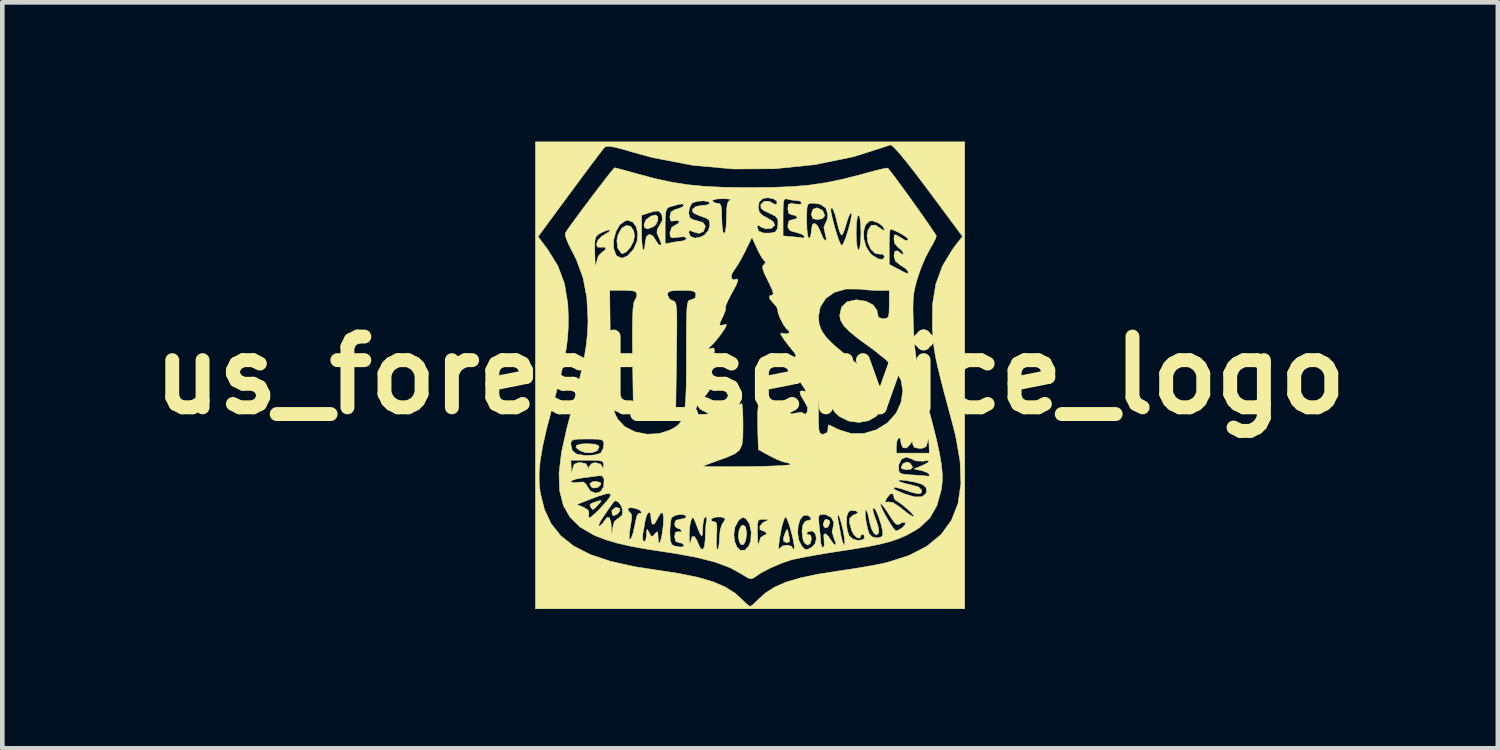
<source format=kicad_pcb>
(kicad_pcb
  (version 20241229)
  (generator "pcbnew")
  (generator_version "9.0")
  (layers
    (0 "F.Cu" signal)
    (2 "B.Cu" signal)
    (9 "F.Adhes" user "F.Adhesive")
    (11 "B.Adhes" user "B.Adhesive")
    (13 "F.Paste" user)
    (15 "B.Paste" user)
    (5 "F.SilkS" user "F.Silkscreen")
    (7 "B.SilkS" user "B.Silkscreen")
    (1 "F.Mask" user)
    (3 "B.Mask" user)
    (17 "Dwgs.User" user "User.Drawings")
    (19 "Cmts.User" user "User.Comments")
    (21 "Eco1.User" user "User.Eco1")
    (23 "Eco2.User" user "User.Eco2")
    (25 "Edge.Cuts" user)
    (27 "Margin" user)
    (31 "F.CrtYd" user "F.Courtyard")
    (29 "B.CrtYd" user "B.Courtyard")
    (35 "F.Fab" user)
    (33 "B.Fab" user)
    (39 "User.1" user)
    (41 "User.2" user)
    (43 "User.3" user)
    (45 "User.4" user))
  (footprint "us_forest_service_logo"
    (layer "F.Cu")
    (at 13.106 5.034)
    (property "Reference" "us_forest_service_logo" (at 0 0 0) (layer "F.SilkS") (effects (font (size 1.524 1.524) (thickness 0.3))))
    (attr through_hole)
    (fp_poly (pts (xy -3.227 2.306) (xy -3.213 2.349) (xy -3.277 2.414) (xy -3.371 2.429) (xy -3.419 2.406) (xy -3.453 2.335) (xy -3.396 2.293) (xy -3.323 2.286) (xy -3.227 2.306)) (stroke (width 0.01) (type solid)) (fill yes) (layer "F.SilkS"))
    (fp_poly (pts (xy -2.801 2.872) (xy -2.815 2.94) (xy -2.866 2.993) (xy -2.941 3.024) (xy -2.97 3) (xy -2.978 2.912) (xy -2.912 2.852) (xy -2.867 2.845) (xy -2.801 2.872)) (stroke (width 0.01) (type solid)) (fill yes) (layer "F.SilkS"))
    (fp_poly (pts (xy 1.716 3.137) (xy 1.718 3.183) (xy 1.676 3.268) (xy 1.617 3.287) (xy 1.578 3.235) (xy 1.575 3.205) (xy 1.607 3.117) (xy 1.655 3.099) (xy 1.716 3.137)) (stroke (width 0.01) (type solid)) (fill yes) (layer "F.SilkS"))
    (fp_poly (pts (xy 3.445 1.891) (xy 3.502 1.975) (xy 3.463 2.022) (xy 3.378 2.032) (xy 3.283 2.017) (xy 3.251 1.987) (xy 3.289 1.906) (xy 3.371 1.867) (xy 3.445 1.891)) (stroke (width 0.01) (type solid)) (fill yes) (layer "F.SilkS"))
    (fp_poly (pts (xy -1.987 -3.418) (xy -1.986 -3.336) (xy -2.028 -3.248) (xy -2.079 -3.202) (xy -2.207 -3.154) (xy -2.273 -3.181) (xy -2.286 -3.249) (xy -2.242 -3.35) (xy -2.138 -3.429) (xy -2.035 -3.454) (xy -1.987 -3.418)) (stroke (width 0.01) (type solid)) (fill yes) (layer "F.SilkS"))
    (fp_poly (pts (xy 0.81 3.327) (xy 0.826 3.414) (xy 0.845 3.493) (xy 0.85 3.582) (xy 0.793 3.607) (xy 0.724 3.575) (xy 0.715 3.543) (xy 0.731 3.464) (xy 0.763 3.378) (xy 0.794 3.322) (xy 0.81 3.327)) (stroke (width 0.01) (type solid)) (fill yes) (layer "F.SilkS"))
    (fp_poly (pts (xy 1.541 -3.565) (xy 1.573 -3.533) (xy 1.61 -3.439) (xy 1.557 -3.374) (xy 1.445 -3.353) (xy 1.35 -3.375) (xy 1.321 -3.459) (xy 1.321 -3.48) (xy 1.356 -3.579) (xy 1.44 -3.609) (xy 1.541 -3.565)) (stroke (width 0.01) (type solid)) (fill yes) (layer "F.SilkS"))
    (fp_poly (pts (xy -3.341 1.483) (xy -3.263 1.514) (xy -3.251 1.544) (xy -3.294 1.624) (xy -3.401 1.667) (xy -3.539 1.667) (xy -3.67 1.622) (xy -3.751 1.554) (xy -3.734 1.505) (xy -3.623 1.478) (xy -3.505 1.473) (xy -3.341 1.483)) (stroke (width 0.01) (type solid)) (fill yes) (layer "F.SilkS"))
    (fp_poly (pts (xy -3.21 2.715) (xy -3.272 2.787) (xy -3.351 2.871) (xy -3.392 2.888) (xy -3.426 2.85) (xy -3.431 2.841) (xy -3.451 2.791) (xy -3.417 2.757) (xy -3.307 2.719) (xy -3.302 2.717) (xy -3.215 2.694) (xy -3.21 2.715)) (stroke (width 0.01) (type solid)) (fill yes) (layer "F.SilkS"))
    (fp_poly (pts (xy -0.099 3.26) (xy -0.077 3.373) (xy -0.076 3.425) (xy -0.094 3.559) (xy -0.137 3.64) (xy -0.19 3.651) (xy -0.232 3.59) (xy -0.253 3.467) (xy -0.238 3.34) (xy -0.195 3.248) (xy -0.152 3.226) (xy -0.099 3.26)) (stroke (width 0.01) (type solid)) (fill yes) (layer "F.SilkS"))
    (fp_poly (pts (xy -2.572 -3.209) (xy -2.506 -3.111) (xy -2.489 -2.994) (xy -2.516 -2.874) (xy -2.581 -2.754) (xy -2.664 -2.66) (xy -2.743 -2.621) (xy -2.772 -2.629) (xy -2.854 -2.744) (xy -2.869 -2.911) (xy -2.844 -3.026) (xy -2.765 -3.168) (xy -2.666 -3.228) (xy -2.572 -3.209)) (stroke (width 0.01) (type solid)) (fill yes) (layer "F.SilkS"))
    (fp_poly (pts (xy 4.623 5.029) (xy -4.623 5.029) (xy -4.623 -2.986) (xy -4.567 -2.986) (xy -4.362 -2.715) (xy -4.141 -2.359) (xy -3.997 -1.973) (xy -3.925 -1.537) (xy -3.914 -1.245) (xy -3.917 -1.015) (xy -3.931 -0.799) (xy -3.959 -0.579) (xy -4.003 -0.335) (xy -4.067 -0.05) (xy -4.155 0.296) (xy -4.265 0.706) (xy -4.384 1.158) (xy -4.468 1.531) (xy -4.521 1.843) (xy -4.544 2.108) (xy -4.541 2.344) (xy -4.52 2.524) (xy -4.431 2.884) (xy -4.286 3.194) (xy -4.078 3.456) (xy -3.801 3.676) (xy -3.448 3.857) (xy -3.013 4.004) (xy -2.49 4.121) (xy -2.036 4.191) (xy -1.54 4.266) (xy -1.132 4.349) (xy -0.802 4.445) (xy -0.537 4.558) (xy -0.326 4.691) (xy -0.181 4.821) (xy -0.082 4.918) (xy -0.012 4.973) (xy 0.001 4.978) (xy 0.054 4.945) (xy 0.141 4.862) (xy 0.156 4.847) (xy 0.328 4.69) (xy 0.531 4.56) (xy 0.781 4.452) (xy 1.09 4.361) (xy 1.474 4.281) (xy 1.902 4.214) (xy 2.194 4.171) (xy 2.483 4.123) (xy 2.737 4.077) (xy 2.926 4.037) (xy 2.943 4.033) (xy 3.418 3.882) (xy 3.808 3.681) (xy 4.115 3.428) (xy 4.338 3.12) (xy 4.48 2.756) (xy 4.541 2.334) (xy 4.523 1.85) (xy 4.427 1.303) (xy 4.373 1.092) (xy 4.256 0.655) (xy 4.162 0.302) (xy 4.09 0.019) (xy 4.035 -0.209) (xy 3.995 -0.397) (xy 3.968 -0.557) (xy 3.949 -0.705) (xy 3.937 -0.854) (xy 3.927 -1.019) (xy 3.926 -1.044) (xy 3.931 -1.537) (xy 4.001 -1.966) (xy 4.142 -2.352) (xy 4.36 -2.713) (xy 4.428 -2.804) (xy 4.576 -2.991) (xy 3.835 -3.989) (xy 3.598 -4.304) (xy 3.394 -4.565) (xy 3.23 -4.766) (xy 3.11 -4.9) (xy 3.041 -4.96) (xy 3.029 -4.963) (xy 2.233 -4.709) (xy 1.393 -4.537) (xy 0.525 -4.449) (xy -0.356 -4.444) (xy -1.232 -4.523) (xy -2.089 -4.687) (xy -2.515 -4.803) (xy -2.772 -4.878) (xy -2.949 -4.92) (xy -3.061 -4.934) (xy -3.123 -4.92) (xy -3.133 -4.912) (xy -3.179 -4.855) (xy -3.276 -4.728) (xy -3.415 -4.545) (xy -3.585 -4.317) (xy -3.777 -4.058) (xy -3.88 -3.919) (xy -4.567 -2.986) (xy -4.623 -2.986) (xy -4.623 -5.029) (xy 4.623 -5.029) (xy 4.623 5.029)) (stroke (width 0.01) (type solid)) (fill yes) (layer "F.SilkS"))
    (fp_poly (pts (xy -2.86 -4.457) (xy -2.727 -4.422) (xy -2.544 -4.372) (xy -2.448 -4.345) (xy -2.058 -4.24) (xy -1.7 -4.162) (xy -1.348 -4.106) (xy -0.976 -4.07) (xy -0.558 -4.05) (xy -0.068 -4.044) (xy 0 -4.044) (xy 0.495 -4.049) (xy 0.916 -4.066) (xy 1.289 -4.099) (xy 1.64 -4.151) (xy 1.997 -4.225) (xy 2.385 -4.324) (xy 2.479 -4.35) (xy 2.682 -4.405) (xy 2.845 -4.445) (xy 2.946 -4.464) (xy 2.967 -4.464) (xy 3.039 -4.374) (xy 3.149 -4.228) (xy 3.285 -4.043) (xy 3.437 -3.834) (xy 3.591 -3.618) (xy 3.737 -3.412) (xy 3.863 -3.231) (xy 3.957 -3.092) (xy 4.008 -3.012) (xy 4.013 -3) (xy 3.988 -2.93) (xy 3.925 -2.807) (xy 3.865 -2.706) (xy 3.774 -2.53) (xy 3.679 -2.305) (xy 3.605 -2.091) (xy 3.558 -1.921) (xy 3.527 -1.769) (xy 3.512 -1.607) (xy 3.509 -1.407) (xy 3.515 -1.141) (xy 3.519 -1.049) (xy 3.531 -0.798) (xy 3.549 -0.583) (xy 3.576 -0.381) (xy 3.617 -0.167) (xy 3.676 0.084) (xy 3.758 0.397) (xy 3.802 0.562) (xy 3.922 1.012) (xy 4.014 1.378) (xy 4.079 1.675) (xy 4.12 1.916) (xy 4.14 2.115) (xy 4.14 2.285) (xy 4.123 2.441) (xy 4.117 2.474) (xy 4.024 2.807) (xy 3.876 3.067) (xy 3.662 3.272) (xy 3.555 3.342) (xy 3.384 3.437) (xy 3.211 3.515) (xy 3.018 3.581) (xy 2.786 3.64) (xy 2.498 3.697) (xy 2.135 3.757) (xy 1.939 3.786) (xy 1.639 3.833) (xy 1.355 3.882) (xy 1.112 3.927) (xy 0.932 3.965) (xy 0.867 3.982) (xy 0.65 4.058) (xy 0.425 4.156) (xy 0.23 4.259) (xy 0.099 4.348) (xy 0.038 4.383) (xy -0.037 4.368) (xy -0.156 4.298) (xy -0.178 4.283) (xy -0.43 4.144) (xy -0.752 4.024) (xy -1.154 3.921) (xy -1.645 3.832) (xy -1.778 3.812) (xy -2.22 3.745) (xy -2.578 3.68) (xy -2.869 3.613) (xy -3.113 3.54) (xy -3.326 3.458) (xy -3.378 3.434) (xy -3.663 3.267) (xy -3.705 3.226) (xy -3.261 3.226) (xy -3.255 3.251) (xy -3.193 3.211) (xy -3.15 3.15) (xy -3.081 3.06) (xy -3.029 3.069) (xy -2.996 3.173) (xy -2.989 3.264) (xy -2.983 3.394) (xy -2.977 3.427) (xy -2.968 3.367) (xy -2.961 3.295) (xy -2.924 3.15) (xy -2.848 3.085) (xy -2.842 3.083) (xy -2.759 3.015) (xy -2.743 2.932) (xy -2.758 2.867) (xy -2.63 2.867) (xy -2.625 2.918) (xy -2.594 2.944) (xy -2.556 2.992) (xy -2.55 3.085) (xy -2.576 3.245) (xy -2.599 3.397) (xy -2.604 3.504) (xy -2.597 3.533) (xy -2.563 3.515) (xy -2.534 3.439) (xy -2.315 3.439) (xy -2.312 3.539) (xy -2.286 3.581) (xy -2.25 3.561) (xy -2.232 3.459) (xy -2.232 3.445) (xy -2.227 3.337) (xy -2.211 3.322) (xy -2.174 3.389) (xy -2.173 3.39) (xy -2.128 3.468) (xy -2.087 3.458) (xy -2.052 3.416) (xy -2.007 3.369) (xy -1.987 3.396) (xy -1.98 3.505) (xy -1.969 3.603) (xy -1.948 3.613) (xy -1.922 3.547) (xy -1.894 3.416) (xy -1.893 3.404) (xy -1.727 3.404) (xy -1.718 3.563) (xy -1.686 3.645) (xy -1.638 3.673) (xy -1.495 3.7) (xy -1.43 3.683) (xy -1.422 3.658) (xy -1.465 3.616) (xy -1.524 3.607) (xy -1.602 3.578) (xy -1.625 3.48) (xy -1.31 3.48) (xy -1.304 3.595) (xy -1.294 3.629) (xy -1.284 3.594) (xy -1.251 3.481) (xy -1.203 3.467) (xy -1.147 3.552) (xy -1.125 3.607) (xy -1.068 3.728) (xy -1.018 3.752) (xy -0.982 3.684) (xy -0.966 3.526) (xy -0.965 3.484) (xy -0.96 3.314) (xy -0.946 3.177) (xy -0.934 3.128) (xy -0.934 3.099) (xy -0.838 3.099) (xy -0.826 3.141) (xy -0.784 3.15) (xy -0.737 3.164) (xy -0.716 3.221) (xy -0.714 3.344) (xy -0.721 3.454) (xy -0.726 3.615) (xy -0.718 3.725) (xy -0.702 3.759) (xy -0.678 3.714) (xy -0.663 3.597) (xy -0.66 3.509) (xy -0.653 3.427) (xy -0.349 3.427) (xy -0.333 3.576) (xy -0.284 3.698) (xy -0.209 3.769) (xy -0.112 3.765) (xy -0.105 3.761) (xy -0.087 3.741) (xy 0.615 3.741) (xy 0.631 3.747) (xy 0.643 3.721) (xy 0.708 3.672) (xy 0.792 3.658) (xy 0.885 3.678) (xy 0.914 3.717) (xy 0.935 3.751) (xy 0.948 3.743) (xy 0.952 3.682) (xy 0.932 3.557) (xy 0.896 3.401) (xy 0.893 3.392) (xy 1.025 3.392) (xy 1.049 3.548) (xy 1.113 3.677) (xy 1.118 3.683) (xy 1.179 3.746) (xy 1.238 3.749) (xy 1.324 3.707) (xy 1.399 3.627) (xy 1.427 3.518) (xy 1.41 3.415) (xy 1.347 3.356) (xy 1.321 3.353) (xy 1.238 3.375) (xy 1.219 3.407) (xy 1.25 3.437) (xy 1.27 3.429) (xy 1.308 3.447) (xy 1.321 3.528) (xy 1.293 3.631) (xy 1.23 3.655) (xy 1.165 3.6) (xy 1.14 3.537) (xy 1.118 3.367) (xy 1.136 3.227) (xy 1.188 3.143) (xy 1.232 3.131) (xy 1.28 3.12) (xy 1.476 3.12) (xy 1.491 3.264) (xy 1.51 3.434) (xy 1.521 3.572) (xy 1.524 3.619) (xy 1.547 3.695) (xy 1.574 3.708) (xy 1.6 3.665) (xy 1.593 3.559) (xy 1.593 3.556) (xy 1.587 3.439) (xy 1.624 3.409) (xy 1.689 3.469) (xy 1.727 3.531) (xy 1.79 3.623) (xy 1.839 3.658) (xy 1.849 3.619) (xy 1.814 3.526) (xy 1.809 3.516) (xy 1.765 3.369) (xy 1.785 3.288) (xy 1.805 3.166) (xy 1.746 3.059) (xy 1.677 3.024) (xy 1.888 3.024) (xy 1.895 3.113) (xy 1.897 3.124) (xy 1.927 3.283) (xy 1.958 3.459) (xy 1.96 3.467) (xy 1.99 3.589) (xy 2.024 3.654) (xy 2.031 3.658) (xy 2.042 3.613) (xy 2.032 3.495) (xy 2.006 3.35) (xy 1.967 3.182) (xy 1.966 3.181) (xy 2.075 3.181) (xy 2.094 3.34) (xy 2.134 3.455) (xy 2.214 3.526) (xy 2.329 3.557) (xy 2.431 3.538) (xy 2.462 3.509) (xy 2.455 3.443) (xy 2.439 3.43) (xy 2.392 3.433) (xy 2.388 3.451) (xy 2.362 3.508) (xy 2.302 3.496) (xy 2.234 3.43) (xy 2.189 3.345) (xy 2.142 3.179) (xy 2.148 3.078) (xy 2.211 3.017) (xy 2.248 3.001) (xy 2.325 2.965) (xy 2.312 2.939) (xy 2.478 2.939) (xy 2.484 3.049) (xy 2.507 3.193) (xy 2.541 3.338) (xy 2.567 3.416) (xy 2.634 3.481) (xy 2.737 3.504) (xy 2.828 3.48) (xy 2.858 3.442) (xy 2.855 3.357) (xy 2.824 3.218) (xy 2.775 3.063) (xy 2.722 2.932) (xy 2.686 2.873) (xy 2.648 2.854) (xy 2.646 2.913) (xy 2.68 3.033) (xy 2.719 3.136) (xy 2.763 3.273) (xy 2.773 3.378) (xy 2.77 3.394) (xy 2.724 3.44) (xy 2.668 3.404) (xy 2.613 3.301) (xy 2.572 3.149) (xy 2.568 3.123) (xy 2.539 2.987) (xy 2.506 2.906) (xy 2.493 2.896) (xy 2.478 2.939) (xy 2.312 2.939) (xy 2.311 2.938) (xy 2.27 2.919) (xy 2.167 2.913) (xy 2.122 2.938) (xy 2.084 3.032) (xy 2.075 3.181) (xy 1.966 3.181) (xy 1.929 3.057) (xy 1.905 3.007) (xy 1.888 3.024) (xy 1.677 3.024) (xy 1.631 3.001) (xy 1.591 2.997) (xy 1.515 3.002) (xy 1.48 3.035) (xy 1.476 3.12) (xy 1.28 3.12) (xy 1.309 3.113) (xy 1.308 3.061) (xy 1.237 3.013) (xy 1.147 3.02) (xy 1.079 3.103) (xy 1.037 3.235) (xy 1.025 3.392) (xy 0.893 3.392) (xy 0.852 3.245) (xy 0.807 3.118) (xy 0.771 3.051) (xy 0.763 3.048) (xy 0.734 3.093) (xy 0.696 3.211) (xy 0.667 3.336) (xy 0.635 3.519) (xy 0.617 3.659) (xy 0.615 3.741) (xy -0.087 3.741) (xy -0.028 3.677) (xy 0.014 3.571) (xy 0.025 3.374) (xy 0.017 3.34) (xy 0.158 3.34) (xy 0.161 3.442) (xy 0.167 3.586) (xy 0.176 3.653) (xy 0.187 3.633) (xy 0.189 3.619) (xy 0.225 3.498) (xy 0.283 3.454) (xy 0.348 3.426) (xy 0.356 3.404) (xy 0.314 3.359) (xy 0.279 3.353) (xy 0.213 3.322) (xy 0.211 3.253) (xy 0.267 3.18) (xy 0.318 3.151) (xy 0.392 3.118) (xy 0.375 3.105) (xy 0.292 3.102) (xy 0.218 3.104) (xy 0.177 3.129) (xy 0.16 3.2) (xy 0.158 3.34) (xy 0.017 3.34) (xy -0.014 3.199) (xy -0.088 3.089) (xy -0.154 3.058) (xy -0.222 3.1) (xy -0.26 3.144) (xy -0.327 3.275) (xy -0.349 3.427) (xy -0.653 3.427) (xy -0.644 3.326) (xy -0.601 3.202) (xy -0.587 3.185) (xy -0.54 3.112) (xy -0.544 3.079) (xy -0.626 3.051) (xy -0.739 3.054) (xy -0.827 3.086) (xy -0.838 3.099) (xy -0.934 3.099) (xy -0.934 3.061) (xy -0.96 3.048) (xy -0.995 3.094) (xy -1.016 3.217) (xy -1.019 3.289) (xy -1.025 3.415) (xy -1.04 3.462) (xy -1.072 3.424) (xy -1.126 3.298) (xy -1.173 3.175) (xy -1.215 3.077) (xy -1.243 3.067) (xy -1.272 3.124) (xy -1.296 3.234) (xy -1.309 3.397) (xy -1.31 3.48) (xy -1.625 3.48) (xy -1.626 3.479) (xy -1.626 3.474) (xy -1.609 3.38) (xy -1.554 3.369) (xy -1.549 3.371) (xy -1.484 3.372) (xy -1.473 3.351) (xy -1.514 3.308) (xy -1.549 3.302) (xy -1.611 3.26) (xy -1.626 3.2) (xy -1.596 3.121) (xy -1.499 3.099) (xy -1.403 3.081) (xy -1.372 3.048) (xy -1.412 3.006) (xy -1.506 2.997) (xy -1.611 3.016) (xy -1.686 3.061) (xy -1.696 3.078) (xy -1.715 3.175) (xy -1.726 3.327) (xy -1.727 3.404) (xy -1.893 3.404) (xy -1.871 3.234) (xy -1.869 3.213) (xy -1.863 3.042) (xy -1.885 2.959) (xy -1.928 2.97) (xy -1.99 3.078) (xy -2 3.1) (xy -2.06 3.202) (xy -2.108 3.205) (xy -2.132 3.111) (xy -2.134 3.065) (xy -2.149 2.966) (xy -2.187 2.953) (xy -2.23 3.017) (xy -2.261 3.137) (xy -2.288 3.295) (xy -2.312 3.428) (xy -2.315 3.439) (xy -2.534 3.439) (xy -2.522 3.406) (xy -2.48 3.218) (xy -2.465 3.135) (xy -2.434 3.021) (xy -2.396 2.971) (xy -2.385 2.973) (xy -2.34 2.967) (xy -2.337 2.95) (xy -2.38 2.901) (xy -2.476 2.864) (xy -2.577 2.85) (xy -2.63 2.867) (xy -2.758 2.867) (xy -2.768 2.824) (xy -2.809 2.763) (xy 2.808 2.763) (xy 2.818 2.816) (xy 2.867 2.926) (xy 2.941 3.062) (xy 3.022 3.198) (xy 3.094 3.304) (xy 3.141 3.352) (xy 3.144 3.353) (xy 3.21 3.326) (xy 3.28 3.281) (xy 3.341 3.213) (xy 3.341 3.172) (xy 3.278 3.169) (xy 3.229 3.198) (xy 3.179 3.219) (xy 3.124 3.186) (xy 3.047 3.084) (xy 2.994 2.999) (xy 2.905 2.866) (xy 2.838 2.781) (xy 2.808 2.763) (xy -2.809 2.763) (xy -2.826 2.738) (xy -2.848 2.726) (xy 2.909 2.726) (xy 2.937 2.737) (xy 2.97 2.725) (xy 3.075 2.739) (xy 3.23 2.841) (xy 3.265 2.87) (xy 3.391 2.97) (xy 3.49 3.034) (xy 3.527 3.047) (xy 3.523 3.018) (xy 3.456 2.943) (xy 3.378 2.871) (xy 3.257 2.772) (xy 3.166 2.708) (xy 3.137 2.694) (xy 3.103 2.651) (xy 3.099 2.616) (xy 3.074 2.548) (xy 3.015 2.558) (xy 2.946 2.643) (xy 2.942 2.649) (xy 2.909 2.726) (xy -2.848 2.726) (xy -2.894 2.701) (xy -2.938 2.724) (xy -2.984 2.79) (xy -3.068 2.91) (xy -3.139 3.012) (xy -3.221 3.14) (xy -3.261 3.226) (xy -3.705 3.226) (xy -3.878 3.057) (xy -4.024 2.799) (xy -4.027 2.783) (xy -3.734 2.783) (xy -3.589 2.84) (xy -3.487 2.904) (xy -3.471 2.968) (xy -3.478 3.049) (xy -3.467 3.069) (xy -3.423 3.049) (xy -3.336 2.974) (xy -3.228 2.867) (xy -3.122 2.75) (xy -3.038 2.648) (xy -3 2.582) (xy -2.999 2.578) (xy -3.023 2.547) (xy -3.106 2.554) (xy -3.261 2.601) (xy -3.429 2.664) (xy -3.734 2.783) (xy -4.027 2.783) (xy -4.102 2.485) (xy -4.109 2.288) (xy -3.861 2.288) (xy -3.818 2.312) (xy -3.714 2.305) (xy -3.709 2.304) (xy -3.592 2.297) (xy -3.533 2.345) (xy -3.522 2.369) (xy -3.44 2.493) (xy -3.327 2.538) (xy -3.24 2.513) (xy -3.218 2.501) (xy -3.178 2.438) (xy 3.094 2.438) (xy 3.124 2.465) (xy 3.215 2.507) (xy 3.327 2.553) (xy 3.545 2.618) (xy 3.7 2.616) (xy 3.787 2.549) (xy 3.801 2.502) (xy 3.79 2.417) (xy 3.719 2.354) (xy 3.575 2.305) (xy 3.353 2.265) (xy 3.229 2.254) (xy 3.192 2.267) (xy 3.231 2.295) (xy 3.337 2.33) (xy 3.465 2.358) (xy 3.631 2.406) (xy 3.698 2.475) (xy 3.684 2.539) (xy 3.619 2.552) (xy 3.483 2.521) (xy 3.392 2.489) (xy 3.244 2.439) (xy 3.138 2.413) (xy 3.106 2.414) (xy 3.094 2.438) (xy -3.178 2.438) (xy -3.153 2.399) (xy -3.144 2.23) (xy -3.188 2.167) (xy -3.264 2.164) (xy -3.384 2.18) (xy -3.551 2.202) (xy -3.619 2.211) (xy -3.76 2.237) (xy -3.847 2.271) (xy -3.861 2.288) (xy -4.109 2.288) (xy -4.115 2.109) (xy -4.082 1.829) (xy -3.861 1.829) (xy -3.853 1.994) (xy -3.847 2.098) (xy -3.839 2.105) (xy -3.824 2.019) (xy -3.79 1.917) (xy -3.708 1.882) (xy -3.654 1.88) (xy -3.538 1.901) (xy -3.499 1.968) (xy -3.492 2.031) (xy -3.477 1.995) (xy -3.47 1.968) (xy -3.405 1.896) (xy -3.327 1.88) (xy -3.22 1.914) (xy -3.185 1.968) (xy -3.166 2.014) (xy -3.16 1.981) (xy 3.2 1.981) (xy 3.205 2.062) (xy 3.235 2.108) (xy 3.313 2.131) (xy 3.463 2.144) (xy 3.518 2.147) (xy 3.685 2.158) (xy 3.805 2.168) (xy 3.848 2.175) (xy 3.861 2.147) (xy 3.861 2.138) (xy 3.817 2.096) (xy 3.71 2.057) (xy 3.696 2.054) (xy 3.531 2.016) (xy 3.696 1.948) (xy 3.816 1.888) (xy 3.857 1.847) (xy 3.814 1.835) (xy 3.732 1.85) (xy 3.57 1.844) (xy 3.495 1.807) (xy 3.366 1.762) (xy 3.262 1.805) (xy 3.205 1.923) (xy 3.2 1.981) (xy -3.16 1.981) (xy -3.157 1.962) (xy -3.155 1.943) (xy -3.159 1.883) (xy -3.192 1.849) (xy -3.276 1.833) (xy -3.433 1.829) (xy -3.505 1.829) (xy -3.861 1.829) (xy -4.082 1.829) (xy -4.063 1.666) (xy -4.024 1.488) (xy -3.861 1.488) (xy -3.831 1.62) (xy -3.734 1.697) (xy -3.557 1.726) (xy -3.505 1.727) (xy -3.351 1.715) (xy -3.236 1.683) (xy -3.211 1.666) (xy -3.161 1.569) (xy -3.15 1.488) (xy -3.156 1.427) (xy -3.191 1.392) (xy -3.275 1.376) (xy -3.432 1.372) (xy -3.505 1.372) (xy -3.691 1.374) (xy -3.798 1.385) (xy -3.847 1.413) (xy -3.86 1.464) (xy -3.861 1.488) (xy -4.024 1.488) (xy -3.949 1.148) (xy -3.934 1.092) (xy -3.805 0.607) (xy -3.704 0.205) (xy -3.625 -0.129) (xy -3.568 -0.409) (xy -3.529 -0.65) (xy -3.506 -0.867) (xy -3.494 -1.073) (xy -3.492 -1.194) (xy -3.517 -1.679) (xy -3.546 -1.829) (xy -3.023 -1.829) (xy -3.01 -0.724) (xy -3.004 -0.296) (xy -2.996 0.043) (xy -2.986 0.306) (xy -2.972 0.507) (xy -2.953 0.658) (xy -2.928 0.771) (xy -2.894 0.861) (xy -2.852 0.94) (xy -2.85 0.945) (xy -2.696 1.107) (xy -2.478 1.217) (xy -2.224 1.268) (xy -1.96 1.255) (xy -1.742 1.185) (xy -1.633 1.129) (xy -1.548 1.067) (xy -1.484 0.987) (xy -1.437 0.876) (xy -1.414 0.763) (xy -1.168 0.763) (xy -1.157 0.818) (xy -1.107 0.841) (xy -0.995 0.84) (xy -0.902 0.832) (xy -0.644 0.791) (xy -0.418 0.714) (xy -0.293 0.654) (xy -0.207 0.617) (xy -0.178 0.61) (xy -0.167 0.657) (xy -0.158 0.783) (xy -0.153 0.967) (xy -0.152 1.091) (xy -0.155 1.332) (xy -0.175 1.497) (xy -0.228 1.61) (xy -0.331 1.692) (xy -0.5 1.766) (xy -0.692 1.835) (xy -0.851 1.892) (xy -0.966 1.937) (xy -1.009 1.958) (xy -0.967 1.963) (xy -0.838 1.966) (xy -0.638 1.968) (xy -0.382 1.968) (xy -0.086 1.966) (xy -0.061 1.966) (xy 0.237 1.961) (xy 0.496 1.953) (xy 0.7 1.943) (xy 0.833 1.931) (xy 0.881 1.919) (xy 0.881 1.918) (xy 0.816 1.884) (xy 0.772 1.878) (xy 0.681 1.854) (xy 0.54 1.794) (xy 0.432 1.739) (xy 0.178 1.6) (xy 0.176 1.527) (xy 3.15 1.527) (xy 3.15 1.676) (xy 3.861 1.676) (xy 3.853 1.486) (xy 3.847 1.378) (xy 3.837 1.366) (xy 3.824 1.435) (xy 3.79 1.537) (xy 3.708 1.573) (xy 3.654 1.575) (xy 3.54 1.555) (xy 3.504 1.489) (xy 3.504 1.486) (xy 3.498 1.424) (xy 3.471 1.451) (xy 3.45 1.486) (xy 3.37 1.566) (xy 3.294 1.56) (xy 3.253 1.473) (xy 3.251 1.445) (xy 3.235 1.358) (xy 3.2 1.346) (xy 3.164 1.415) (xy 3.15 1.527) (xy 0.176 1.527) (xy 0.163 1.097) (xy 0.162 0.814) (xy 0.178 0.627) (xy 0.211 0.535) (xy 0.259 0.541) (xy 0.302 0.604) (xy 0.376 0.681) (xy 0.505 0.71) (xy 0.554 0.711) (xy 0.699 0.729) (xy 0.8 0.775) (xy 0.811 0.785) (xy 0.894 0.832) (xy 0.993 0.812) (xy 1.109 0.794) (xy 1.148 0.821) (xy 1.194 0.837) (xy 1.229 0.793) (xy 1.24 0.695) (xy 1.171 0.563) (xy 1.088 0.426) (xy 1.073 0.347) (xy 1.127 0.333) (xy 1.153 0.341) (xy 1.198 0.348) (xy 1.184 0.302) (xy 1.124 0.213) (xy 1.058 0.111) (xy 1.033 0.055) (xy 1.036 0.051) (xy 1.028 0.014) (xy 0.974 -0.08) (xy 0.938 -0.134) (xy 0.843 -0.292) (xy 0.817 -0.38) (xy 0.862 -0.397) (xy 0.884 -0.39) (xy 0.969 -0.383) (xy 0.987 -0.434) (xy 0.963 -0.475) (xy 0.803 -0.676) (xy 0.705 -0.809) (xy 0.661 -0.884) (xy 0.669 -0.912) (xy 0.721 -0.902) (xy 0.735 -0.897) (xy 0.817 -0.897) (xy 0.84 -0.917) (xy 0.84 -0.962) (xy 0.827 -0.965) (xy 0.777 -1.007) (xy 0.71 -1.108) (xy 0.646 -1.232) (xy 0.635 -1.261) (xy 1.473 -1.261) (xy 1.488 -1.105) (xy 1.54 -0.962) (xy 1.64 -0.818) (xy 1.8 -0.657) (xy 2.031 -0.464) (xy 2.143 -0.376) (xy 2.445 -0.134) (xy 2.663 0.072) (xy 2.804 0.252) (xy 2.875 0.415) (xy 2.883 0.573) (xy 2.843 0.715) (xy 2.726 0.877) (xy 2.552 0.978) (xy 2.344 1.015) (xy 2.127 0.986) (xy 1.926 0.888) (xy 1.834 0.806) (xy 1.756 0.686) (xy 1.727 0.575) (xy 1.704 0.485) (xy 1.615 0.457) (xy 1.6 0.457) (xy 1.537 0.462) (xy 1.499 0.488) (xy 1.481 0.558) (xy 1.474 0.692) (xy 1.473 0.864) (xy 1.475 1.066) (xy 1.485 1.187) (xy 1.508 1.248) (xy 1.548 1.269) (xy 1.575 1.27) (xy 1.66 1.234) (xy 1.676 1.168) (xy 1.683 1.086) (xy 1.691 1.067) (xy 1.741 1.088) (xy 1.849 1.14) (xy 1.905 1.168) (xy 2.175 1.253) (xy 2.455 1.251) (xy 2.725 1.171) (xy 2.963 1.021) (xy 3.148 0.812) (xy 3.252 0.581) (xy 3.29 0.336) (xy 3.253 0.11) (xy 3.138 -0.108) (xy 2.936 -0.329) (xy 2.643 -0.563) (xy 2.6 -0.593) (xy 2.33 -0.789) (xy 2.138 -0.946) (xy 2.014 -1.076) (xy 1.949 -1.188) (xy 1.93 -1.289) (xy 1.97 -1.468) (xy 2.086 -1.582) (xy 2.274 -1.625) (xy 2.296 -1.626) (xy 2.497 -1.596) (xy 2.65 -1.516) (xy 2.734 -1.399) (xy 2.743 -1.34) (xy 2.766 -1.248) (xy 2.852 -1.22) (xy 2.87 -1.219) (xy 2.94 -1.226) (xy 2.978 -1.261) (xy 2.994 -1.348) (xy 2.997 -1.512) (xy 2.997 -1.525) (xy 2.997 -1.831) (xy 2.807 -1.827) (xy 2.638 -1.831) (xy 2.436 -1.847) (xy 2.355 -1.857) (xy 2.066 -1.859) (xy 1.82 -1.789) (xy 1.631 -1.657) (xy 1.511 -1.47) (xy 1.473 -1.261) (xy 0.635 -1.261) (xy 0.604 -1.344) (xy 0.597 -1.398) (xy 0.573 -1.472) (xy 0.508 -1.549) (xy 0.422 -1.649) (xy 0.419 -1.711) (xy 0.476 -1.727) (xy 0.5 -1.758) (xy 0.471 -1.857) (xy 0.388 -2.032) (xy 0.387 -2.033) (xy 0.304 -2.203) (xy 0.27 -2.307) (xy 0.278 -2.365) (xy 0.298 -2.382) (xy 0.336 -2.433) (xy 0.312 -2.46) (xy 0.261 -2.523) (xy 0.191 -2.646) (xy 0.149 -2.733) (xy 0.041 -2.972) (xy -0.106 -2.671) (xy -0.194 -2.502) (xy -0.277 -2.36) (xy -0.33 -2.286) (xy -0.391 -2.188) (xy -0.405 -2.102) (xy -0.37 -2.059) (xy -0.33 -2.064) (xy -0.273 -2.075) (xy -0.262 -2.039) (xy -0.299 -1.944) (xy -0.388 -1.777) (xy -0.404 -1.75) (xy -0.479 -1.605) (xy -0.523 -1.499) (xy -0.527 -1.458) (xy -0.53 -1.4) (xy -0.572 -1.293) (xy -0.58 -1.277) (xy -0.644 -1.143) (xy -0.653 -1.081) (xy -0.608 -1.077) (xy -0.584 -1.085) (xy -0.518 -1.096) (xy -0.508 -1.086) (xy -0.538 -1.018) (xy -0.612 -0.905) (xy -0.708 -0.78) (xy -0.802 -0.673) (xy -0.834 -0.643) (xy -0.901 -0.579) (xy -0.892 -0.567) (xy -0.844 -0.58) (xy -0.781 -0.589) (xy -0.767 -0.54) (xy -0.78 -0.456) (xy -0.79 -0.351) (xy -0.763 -0.33) (xy -0.761 -0.331) (xy -0.713 -0.34) (xy -0.719 -0.285) (xy -0.77 -0.183) (xy -0.862 -0.052) (xy -0.864 -0.051) (xy -0.952 0.066) (xy -1.007 0.147) (xy -1.016 0.165) (xy -0.973 0.174) (xy -0.88 0.163) (xy -0.745 0.137) (xy -0.917 0.378) (xy -1.017 0.512) (xy -1.096 0.609) (xy -1.129 0.642) (xy -1.162 0.707) (xy -1.168 0.763) (xy -1.414 0.763) (xy -1.406 0.721) (xy -1.386 0.511) (xy -1.376 0.233) (xy -1.372 -0.126) (xy -1.372 -0.419) (xy -1.371 -0.799) (xy -1.37 -1.09) (xy -1.366 -1.303) (xy -1.359 -1.45) (xy -1.347 -1.544) (xy -1.331 -1.597) (xy -1.307 -1.62) (xy -1.277 -1.626) (xy -1.27 -1.626) (xy -1.185 -1.662) (xy -1.168 -1.727) (xy -1.18 -1.784) (xy -1.228 -1.815) (xy -1.338 -1.827) (xy -1.473 -1.829) (xy -1.644 -1.825) (xy -1.737 -1.808) (xy -1.773 -1.771) (xy -1.778 -1.733) (xy -1.734 -1.643) (xy -1.673 -1.61) (xy -1.639 -1.598) (xy -1.614 -1.574) (xy -1.596 -1.525) (xy -1.584 -1.438) (xy -1.578 -1.301) (xy -1.577 -1.101) (xy -1.579 -0.826) (xy -1.584 -0.463) (xy -1.584 -0.431) (xy -1.6 0.72) (xy -1.743 0.843) (xy -1.934 0.947) (xy -2.139 0.957) (xy -2.335 0.872) (xy -2.372 0.843) (xy -2.515 0.72) (xy -2.531 -0.408) (xy -2.535 -0.846) (xy -2.532 -1.182) (xy -2.523 -1.419) (xy -2.507 -1.556) (xy -2.493 -1.592) (xy -2.445 -1.687) (xy -2.438 -1.737) (xy -2.453 -1.79) (xy -2.514 -1.818) (xy -2.642 -1.828) (xy -2.731 -1.829) (xy -3.023 -1.829) (xy -3.546 -1.829) (xy -3.599 -2.104) (xy -3.744 -2.497) (xy -3.838 -2.683) (xy -3.88 -2.766) (xy -3.347 -2.766) (xy -3.344 -2.602) (xy -3.338 -2.446) (xy -3.33 -2.365) (xy -3.32 -2.371) (xy -3.316 -2.4) (xy -3.27 -2.566) (xy -3.197 -2.643) (xy -3.114 -2.708) (xy -3.111 -2.733) (xy -2.94 -2.733) (xy -2.886 -2.591) (xy -2.867 -2.569) (xy -2.761 -2.523) (xy -2.641 -2.571) (xy -2.515 -2.71) (xy -2.504 -2.726) (xy -2.434 -2.888) (xy -2.419 -3.054) (xy -2.452 -3.199) (xy -2.527 -3.302) (xy -2.635 -3.338) (xy -2.687 -3.329) (xy -2.805 -3.244) (xy -2.891 -3.094) (xy -2.939 -2.912) (xy -2.94 -2.733) (xy -3.111 -2.733) (xy -3.109 -2.755) (xy -3.18 -2.763) (xy -3.2 -2.758) (xy -3.285 -2.762) (xy -3.309 -2.819) (xy -3.28 -2.904) (xy -3.201 -2.99) (xy -3.145 -3.025) (xy -3.048 -3.085) (xy -3.011 -3.127) (xy -3.013 -3.132) (xy -3.07 -3.128) (xy -3.177 -3.085) (xy -3.196 -3.076) (xy -3.275 -3.031) (xy -3.321 -2.982) (xy -3.342 -2.902) (xy -3.347 -2.766) (xy -3.88 -2.766) (xy -3.921 -2.848) (xy -3.972 -2.983) (xy -3.982 -3.061) (xy -3.98 -3.064) (xy -3.927 -3.144) (xy -3.83 -3.28) (xy -3.708 -3.447) (xy -2.337 -3.447) (xy -2.337 -3.069) (xy -2.332 -2.888) (xy -2.319 -2.755) (xy -2.302 -2.694) (xy -2.298 -2.692) (xy -2.272 -2.737) (xy -2.26 -2.845) (xy -2.26 -2.856) (xy -2.234 -2.987) (xy -2.171 -3.038) (xy -2.093 -3.002) (xy -2.042 -2.923) (xy -1.982 -2.829) (xy -1.93 -2.794) (xy -1.913 -2.832) (xy -1.949 -2.933) (xy -1.956 -2.948) (xy -2.006 -3.062) (xy -2.001 -3.14) (xy -1.958 -3.213) (xy -1.956 -3.216) (xy -1.829 -3.216) (xy -1.829 -2.832) (xy -1.67 -2.864) (xy -1.536 -2.886) (xy -1.441 -2.896) (xy -1.378 -2.928) (xy -1.372 -2.952) (xy -1.417 -2.986) (xy -1.549 -2.975) (xy -1.549 -2.975) (xy -1.668 -2.96) (xy -1.717 -2.984) (xy -1.727 -3.064) (xy -1.727 -3.068) (xy -1.689 -3.186) (xy -1.626 -3.226) (xy -1.543 -3.273) (xy -1.524 -3.309) (xy -1.564 -3.336) (xy -1.626 -3.327) (xy -1.702 -3.321) (xy -1.726 -3.387) (xy -1.727 -3.422) (xy -1.708 -3.501) (xy -1.321 -3.501) (xy -1.305 -3.404) (xy -1.237 -3.354) (xy -1.143 -3.331) (xy -1.015 -3.29) (xy -0.967 -3.222) (xy -0.965 -3.197) (xy -1.005 -3.096) (xy -1.102 -3.056) (xy -1.223 -3.09) (xy -1.226 -3.091) (xy -1.299 -3.124) (xy -1.321 -3.087) (xy -1.321 -3.078) (xy -1.282 -2.989) (xy -1.183 -2.956) (xy -1.052 -2.983) (xy -0.977 -3.025) (xy -0.899 -3.119) (xy -0.865 -3.235) (xy -0.88 -3.336) (xy -0.927 -3.378) (xy -1.105 -3.443) (xy -1.204 -3.489) (xy -1.243 -3.528) (xy -1.241 -3.572) (xy -1.238 -3.58) (xy -1.164 -3.639) (xy -1.036 -3.658) (xy -0.921 -3.671) (xy -0.865 -3.703) (xy -0.864 -3.708) (xy -0.906 -3.745) (xy -1.008 -3.758) (xy -1.13 -3.749) (xy -1.232 -3.718) (xy -1.26 -3.698) (xy -1.306 -3.604) (xy -1.321 -3.501) (xy -1.708 -3.501) (xy -1.703 -3.52) (xy -1.614 -3.572) (xy -1.575 -3.581) (xy -1.468 -3.619) (xy -1.422 -3.664) (xy -1.422 -3.665) (xy -1.463 -3.692) (xy -1.537 -3.682) (xy -1.669 -3.645) (xy -1.74 -3.625) (xy -1.786 -3.596) (xy -1.813 -3.529) (xy -1.826 -3.4) (xy -1.829 -3.216) (xy -1.956 -3.216) (xy -1.89 -3.34) (xy -1.896 -3.443) (xy -1.925 -3.498) (xy -1.974 -3.539) (xy -2.061 -3.534) (xy -2.153 -3.507) (xy -2.337 -3.447) (xy -3.708 -3.447) (xy -3.701 -3.456) (xy -3.552 -3.656) (xy -3.474 -3.759) (xy -0.813 -3.759) (xy -0.77 -3.718) (xy -0.711 -3.708) (xy -0.656 -3.698) (xy -0.626 -3.652) (xy -0.612 -3.548) (xy -0.61 -3.378) (xy -0.602 -3.206) (xy -0.583 -3.088) (xy -0.559 -3.048) (xy -0.533 -3.095) (xy -0.519 -3.189) (xy 0.152 -3.189) (xy 0.187 -3.103) (xy 0.298 -3.064) (xy 0.432 -3.064) (xy 0.539 -3.085) (xy 0.586 -3.151) (xy 0.6 -3.24) (xy 0.599 -3.358) (xy 0.558 -3.412) (xy 0.711 -3.412) (xy 0.711 -3.003) (xy 0.927 -2.984) (xy 1.062 -2.97) (xy 1.145 -2.958) (xy 1.156 -2.955) (xy 1.168 -2.984) (xy 1.168 -2.995) (xy 1.124 -3.035) (xy 1.015 -3.072) (xy 0.991 -3.077) (xy 0.868 -3.113) (xy 0.818 -3.176) (xy 0.813 -3.231) (xy 0.839 -3.327) (xy 1.219 -3.327) (xy 1.226 -3.135) (xy 1.243 -3.002) (xy 1.268 -2.947) (xy 1.27 -2.946) (xy 1.304 -2.991) (xy 1.32 -3.101) (xy 1.321 -3.123) (xy 1.34 -3.243) (xy 1.389 -3.275) (xy 1.453 -3.222) (xy 1.519 -3.089) (xy 1.525 -3.069) (xy 1.574 -2.955) (xy 1.62 -2.897) (xy 1.627 -2.896) (xy 1.642 -2.937) (xy 1.621 -3.038) (xy 1.617 -3.052) (xy 1.588 -3.185) (xy 1.619 -3.265) (xy 1.619 -3.265) (xy 1.662 -3.356) (xy 1.676 -3.463) (xy 1.654 -3.534) (xy 1.74 -3.534) (xy 1.763 -3.421) (xy 1.811 -3.236) (xy 1.861 -3.061) (xy 1.91 -2.914) (xy 1.954 -2.817) (xy 1.977 -2.794) (xy 2.009 -2.839) (xy 2.058 -2.958) (xy 2.096 -3.073) (xy 2.286 -3.073) (xy 2.292 -2.881) (xy 2.309 -2.748) (xy 2.334 -2.693) (xy 2.337 -2.692) (xy 2.362 -2.74) (xy 2.38 -2.868) (xy 2.388 -3.056) (xy 2.388 -3.073) (xy 2.387 -3.1) (xy 2.446 -3.1) (xy 2.452 -2.93) (xy 2.502 -2.761) (xy 2.593 -2.622) (xy 2.625 -2.593) (xy 2.758 -2.51) (xy 2.854 -2.495) (xy 2.895 -2.549) (xy 2.896 -2.561) (xy 2.858 -2.611) (xy 2.805 -2.608) (xy 2.695 -2.625) (xy 2.602 -2.716) (xy 2.577 -2.77) (xy 2.997 -2.77) (xy 2.997 -2.39) (xy 3.188 -2.289) (xy 3.318 -2.221) (xy 3.381 -2.193) (xy 3.402 -2.2) (xy 3.404 -2.234) (xy 3.363 -2.289) (xy 3.264 -2.356) (xy 3.251 -2.362) (xy 3.132 -2.457) (xy 3.099 -2.567) (xy 3.118 -2.671) (xy 3.176 -2.682) (xy 3.241 -2.631) (xy 3.292 -2.597) (xy 3.302 -2.63) (xy 3.262 -2.698) (xy 3.2 -2.743) (xy 3.116 -2.84) (xy 3.099 -2.929) (xy 3.105 -3.017) (xy 3.141 -3.027) (xy 3.224 -2.978) (xy 3.339 -2.91) (xy 3.393 -2.903) (xy 3.404 -2.937) (xy 3.363 -2.978) (xy 3.267 -3.04) (xy 3.151 -3.101) (xy 3.053 -3.143) (xy 3.021 -3.15) (xy 3.01 -3.103) (xy 3.001 -2.98) (xy 2.997 -2.804) (xy 2.997 -2.77) (xy 2.577 -2.77) (xy 2.539 -2.854) (xy 2.519 -3.012) (xy 2.542 -3.13) (xy 2.609 -3.231) (xy 2.701 -3.237) (xy 2.803 -3.167) (xy 2.873 -3.122) (xy 2.896 -3.141) (xy 2.853 -3.217) (xy 2.753 -3.287) (xy 2.638 -3.327) (xy 2.572 -3.323) (xy 2.485 -3.241) (xy 2.446 -3.1) (xy 2.387 -3.1) (xy 2.381 -3.265) (xy 2.364 -3.399) (xy 2.339 -3.454) (xy 2.337 -3.454) (xy 2.311 -3.407) (xy 2.293 -3.279) (xy 2.286 -3.091) (xy 2.286 -3.073) (xy 2.096 -3.073) (xy 2.113 -3.126) (xy 2.12 -3.15) (xy 2.164 -3.321) (xy 2.187 -3.447) (xy 2.182 -3.504) (xy 2.179 -3.505) (xy 2.142 -3.461) (xy 2.098 -3.348) (xy 2.077 -3.276) (xy 2.034 -3.134) (xy 1.993 -3.038) (xy 1.977 -3.02) (xy 1.946 -3.051) (xy 1.907 -3.159) (xy 1.872 -3.3) (xy 1.832 -3.461) (xy 1.791 -3.572) (xy 1.762 -3.607) (xy 1.741 -3.591) (xy 1.74 -3.534) (xy 1.654 -3.534) (xy 1.633 -3.602) (xy 1.51 -3.686) (xy 1.35 -3.708) (xy 1.283 -3.704) (xy 1.244 -3.677) (xy 1.226 -3.605) (xy 1.22 -3.467) (xy 1.219 -3.327) (xy 0.839 -3.327) (xy 0.839 -3.328) (xy 0.914 -3.353) (xy 0.997 -3.374) (xy 1.016 -3.404) (xy 0.973 -3.445) (xy 0.914 -3.454) (xy 0.836 -3.483) (xy 0.813 -3.582) (xy 0.813 -3.588) (xy 0.823 -3.679) (xy 0.876 -3.703) (xy 0.965 -3.691) (xy 1.073 -3.683) (xy 1.118 -3.709) (xy 1.118 -3.71) (xy 1.076 -3.752) (xy 1.029 -3.76) (xy 0.907 -3.774) (xy 0.826 -3.791) (xy 0.769 -3.802) (xy 0.735 -3.783) (xy 0.718 -3.716) (xy 0.712 -3.582) (xy 0.711 -3.412) (xy 0.558 -3.412) (xy 0.547 -3.427) (xy 0.448 -3.477) (xy 0.302 -3.545) (xy 0.236 -3.601) (xy 0.23 -3.664) (xy 0.238 -3.688) (xy 0.306 -3.749) (xy 0.412 -3.75) (xy 0.492 -3.704) (xy 0.553 -3.676) (xy 0.582 -3.704) (xy 0.572 -3.76) (xy 0.495 -3.804) (xy 0.385 -3.824) (xy 0.279 -3.81) (xy 0.196 -3.734) (xy 0.178 -3.627) (xy 0.197 -3.52) (xy 0.271 -3.443) (xy 0.367 -3.392) (xy 0.496 -3.313) (xy 0.53 -3.24) (xy 0.526 -3.226) (xy 0.457 -3.165) (xy 0.344 -3.153) (xy 0.234 -3.193) (xy 0.213 -3.211) (xy 0.164 -3.241) (xy 0.152 -3.189) (xy -0.519 -3.189) (xy -0.515 -3.221) (xy -0.508 -3.4) (xy -0.504 -3.591) (xy -0.488 -3.703) (xy -0.454 -3.759) (xy -0.419 -3.775) (xy -0.411 -3.789) (xy -0.488 -3.8) (xy -0.572 -3.804) (xy -0.712 -3.798) (xy -0.799 -3.776) (xy -0.813 -3.759) (xy -3.474 -3.759) (xy -3.395 -3.865) (xy -3.243 -4.065) (xy -3.107 -4.241) (xy -3 -4.377) (xy -2.933 -4.456) (xy -2.918 -4.47) (xy -2.86 -4.457)) (stroke (width 0.01) (type solid)) (fill yes) (layer "F.SilkS")))
  (gr_rect
    (start -3 -3)
    (end 29.213 13.068)
    (stroke (width 0.1) (type default))
    (fill no)
    (layer "Edge.Cuts")))
</source>
